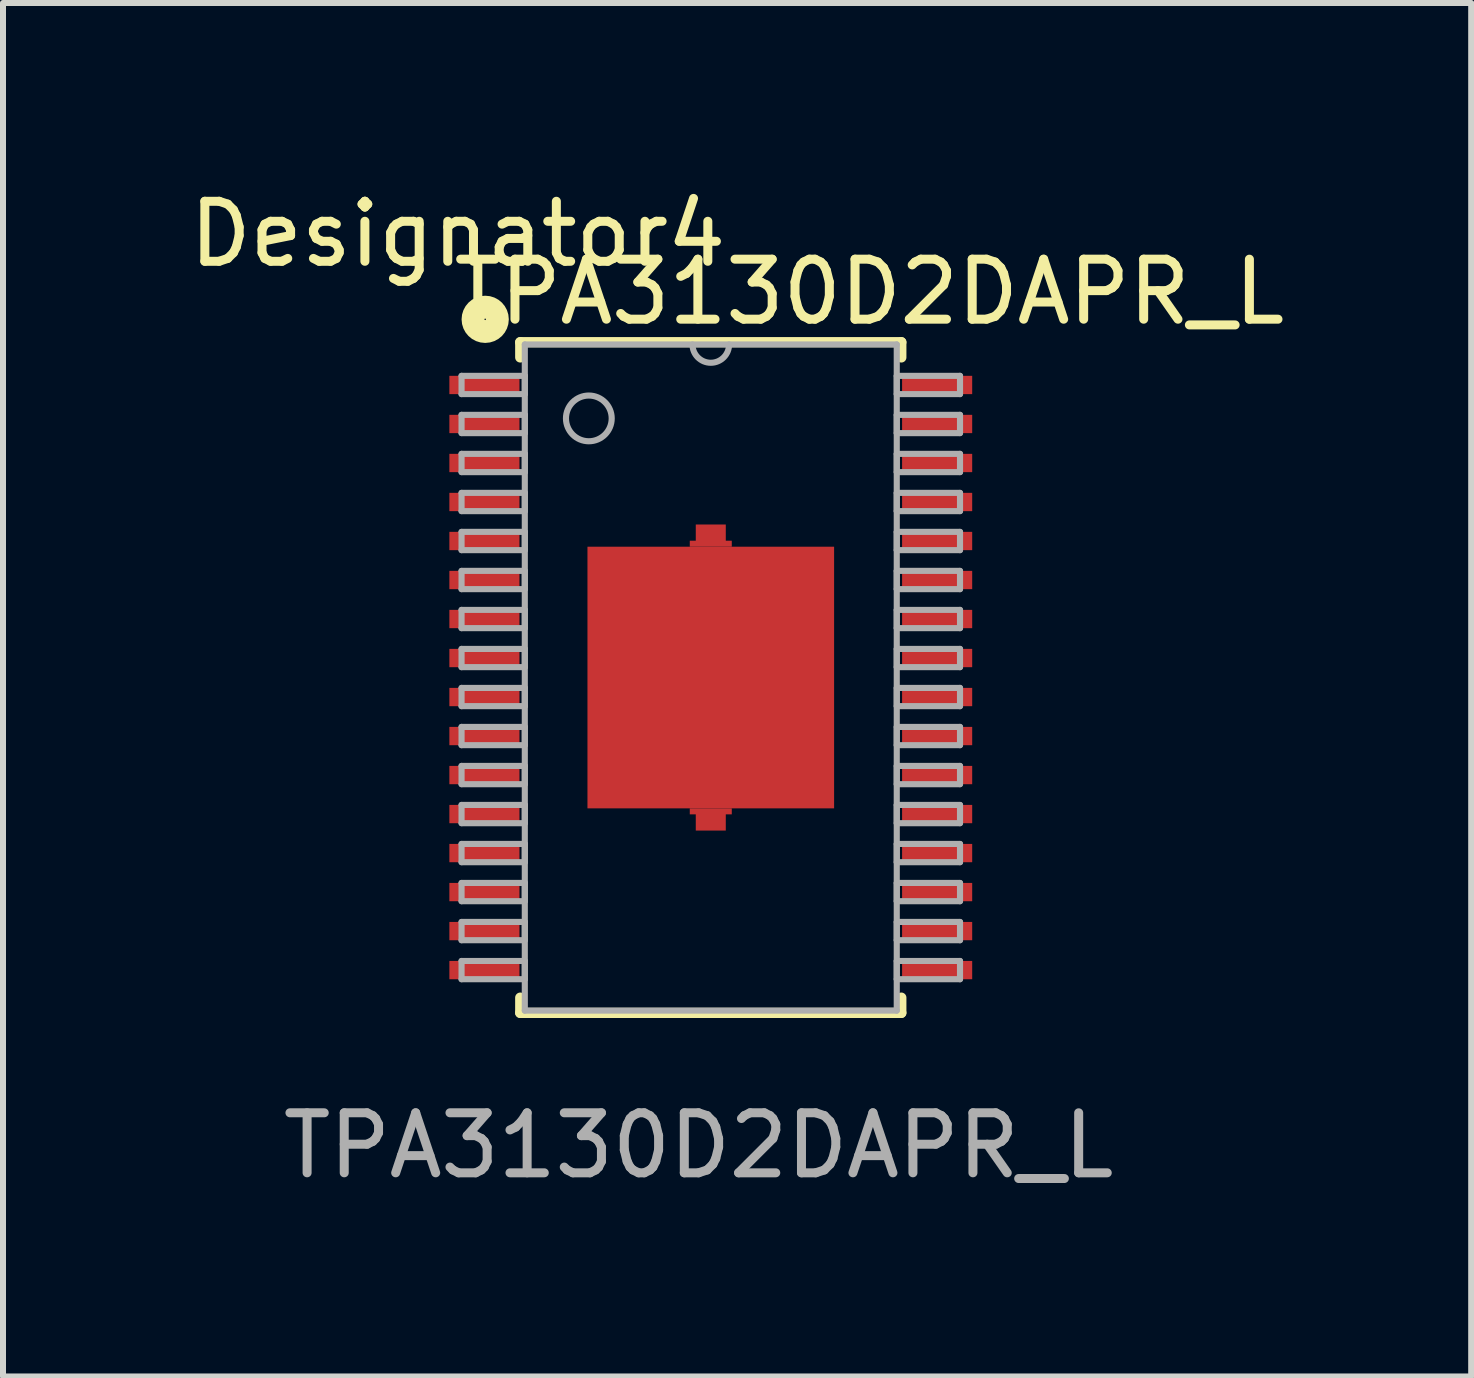
<source format=kicad_pcb>
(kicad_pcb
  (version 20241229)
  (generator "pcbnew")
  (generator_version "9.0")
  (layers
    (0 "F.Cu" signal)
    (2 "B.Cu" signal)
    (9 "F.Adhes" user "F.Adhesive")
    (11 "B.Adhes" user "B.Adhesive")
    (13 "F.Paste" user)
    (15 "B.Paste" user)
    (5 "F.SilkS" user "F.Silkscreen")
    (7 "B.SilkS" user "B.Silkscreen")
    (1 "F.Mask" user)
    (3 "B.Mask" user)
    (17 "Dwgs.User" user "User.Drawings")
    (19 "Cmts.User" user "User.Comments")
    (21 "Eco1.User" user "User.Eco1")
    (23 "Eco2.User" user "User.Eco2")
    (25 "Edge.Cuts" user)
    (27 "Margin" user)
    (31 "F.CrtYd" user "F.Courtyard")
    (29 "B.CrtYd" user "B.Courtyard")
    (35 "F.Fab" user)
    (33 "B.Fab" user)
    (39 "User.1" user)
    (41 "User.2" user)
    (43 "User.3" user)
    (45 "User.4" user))
  (footprint "TPA3130D2DAPR_L"
    (layer "F.Cu")
    (at 8.794 8.24)
    (property "Reference" "TPA3130D2DAPR_L" (at 2.642 -6.426 0) (unlocked yes) (layer "F.SilkS") (effects (font (size 1 1) (thickness 0.15))))
    (attr smd)
    (fp_poly (pts (xy 0.35 -2.18) (xy -0.35 -2.18) (xy -0.35 -2.28) (xy -0.25 -2.28) (xy -0.25 -2.55) (xy 0.25 -2.55) (xy 0.25 -2.28) (xy 0.35 -2.28)) (stroke (width 0) (type solid)) (fill yes) (layer "F.Cu"))
    (fp_poly (pts (xy 0.35 2.18) (xy -0.35 2.18) (xy -0.35 2.28) (xy -0.25 2.28) (xy -0.25 2.55) (xy 0.25 2.55) (xy 0.25 2.28) (xy 0.35 2.28)) (stroke (width 0) (type solid)) (fill yes) (layer "F.Cu"))
    (fp_line (start -3.175 -5.588) (end 3.175 -5.588) (stroke (width 0.17) (type solid)) (layer "F.SilkS"))
    (fp_line (start -3.175 -5.334) (end -3.175 -5.588) (stroke (width 0.17) (type solid)) (layer "F.SilkS"))
    (fp_line (start -3.175 5.588) (end -3.175 5.334) (stroke (width 0.17) (type solid)) (layer "F.SilkS"))
    (fp_line (start -3.175 5.588) (end 3.175 5.588) (stroke (width 0.17) (type solid)) (layer "F.SilkS"))
    (fp_line (start 3.175 -5.334) (end 3.175 -5.588) (stroke (width 0.17) (type solid)) (layer "F.SilkS"))
    (fp_line (start 3.175 5.588) (end 3.175 5.334) (stroke (width 0.17) (type solid)) (layer "F.SilkS"))
    (fp_circle (center -3.759 -5.969) (end -3.556 -5.969) (stroke (width 0.381) (type solid)) (fill no) (layer "F.SilkS"))
    (fp_line (start -4.153 -5.027) (end -3.099 -5.027) (stroke (width 0.102) (type solid)) (layer "F.Fab"))
    (fp_line (start -4.153 -4.723) (end -4.153 -5.027) (stroke (width 0.102) (type solid)) (layer "F.Fab"))
    (fp_line (start -4.153 -4.723) (end -3.099 -4.723) (stroke (width 0.102) (type solid)) (layer "F.Fab"))
    (fp_line (start -4.153 -4.377) (end -3.099 -4.377) (stroke (width 0.102) (type solid)) (layer "F.Fab"))
    (fp_line (start -4.153 -4.073) (end -4.153 -4.377) (stroke (width 0.102) (type solid)) (layer "F.Fab"))
    (fp_line (start -4.153 -4.073) (end -3.099 -4.073) (stroke (width 0.102) (type solid)) (layer "F.Fab"))
    (fp_line (start -4.153 -3.727) (end -3.099 -3.727) (stroke (width 0.102) (type solid)) (layer "F.Fab"))
    (fp_line (start -4.153 -3.423) (end -4.153 -3.727) (stroke (width 0.102) (type solid)) (layer "F.Fab"))
    (fp_line (start -4.153 -3.423) (end -3.099 -3.423) (stroke (width 0.102) (type solid)) (layer "F.Fab"))
    (fp_line (start -4.153 -3.077) (end -3.099 -3.077) (stroke (width 0.102) (type solid)) (layer "F.Fab"))
    (fp_line (start -4.153 -2.773) (end -4.153 -3.077) (stroke (width 0.102) (type solid)) (layer "F.Fab"))
    (fp_line (start -4.153 -2.773) (end -3.099 -2.773) (stroke (width 0.102) (type solid)) (layer "F.Fab"))
    (fp_line (start -4.153 -2.427) (end -3.099 -2.427) (stroke (width 0.102) (type solid)) (layer "F.Fab"))
    (fp_line (start -4.153 -2.123) (end -4.153 -2.427) (stroke (width 0.102) (type solid)) (layer "F.Fab"))
    (fp_line (start -4.153 -2.123) (end -3.099 -2.123) (stroke (width 0.102) (type solid)) (layer "F.Fab"))
    (fp_line (start -4.153 -1.777) (end -3.099 -1.777) (stroke (width 0.102) (type solid)) (layer "F.Fab"))
    (fp_line (start -4.153 -1.473) (end -4.153 -1.777) (stroke (width 0.102) (type solid)) (layer "F.Fab"))
    (fp_line (start -4.153 -1.473) (end -3.099 -1.473) (stroke (width 0.102) (type solid)) (layer "F.Fab"))
    (fp_line (start -4.153 -1.127) (end -3.099 -1.127) (stroke (width 0.102) (type solid)) (layer "F.Fab"))
    (fp_line (start -4.153 -0.823) (end -4.153 -1.127) (stroke (width 0.102) (type solid)) (layer "F.Fab"))
    (fp_line (start -4.153 -0.823) (end -3.099 -0.823) (stroke (width 0.102) (type solid)) (layer "F.Fab"))
    (fp_line (start -4.153 -0.477) (end -3.099 -0.477) (stroke (width 0.102) (type solid)) (layer "F.Fab"))
    (fp_line (start -4.153 -0.173) (end -4.153 -0.477) (stroke (width 0.102) (type solid)) (layer "F.Fab"))
    (fp_line (start -4.153 -0.173) (end -3.099 -0.173) (stroke (width 0.102) (type solid)) (layer "F.Fab"))
    (fp_line (start -4.153 0.173) (end -3.099 0.173) (stroke (width 0.102) (type solid)) (layer "F.Fab"))
    (fp_line (start -4.153 0.477) (end -4.153 0.173) (stroke (width 0.102) (type solid)) (layer "F.Fab"))
    (fp_line (start -4.153 0.477) (end -3.099 0.477) (stroke (width 0.102) (type solid)) (layer "F.Fab"))
    (fp_line (start -4.153 0.823) (end -3.099 0.823) (stroke (width 0.102) (type solid)) (layer "F.Fab"))
    (fp_line (start -4.153 1.127) (end -4.153 0.823) (stroke (width 0.102) (type solid)) (layer "F.Fab"))
    (fp_line (start -4.153 1.127) (end -3.099 1.127) (stroke (width 0.102) (type solid)) (layer "F.Fab"))
    (fp_line (start -4.153 1.473) (end -3.099 1.473) (stroke (width 0.102) (type solid)) (layer "F.Fab"))
    (fp_line (start -4.153 1.777) (end -4.153 1.473) (stroke (width 0.102) (type solid)) (layer "F.Fab"))
    (fp_line (start -4.153 1.777) (end -3.099 1.777) (stroke (width 0.102) (type solid)) (layer "F.Fab"))
    (fp_line (start -4.153 2.123) (end -3.099 2.123) (stroke (width 0.102) (type solid)) (layer "F.Fab"))
    (fp_line (start -4.153 2.427) (end -4.153 2.123) (stroke (width 0.102) (type solid)) (layer "F.Fab"))
    (fp_line (start -4.153 2.427) (end -3.099 2.427) (stroke (width 0.102) (type solid)) (layer "F.Fab"))
    (fp_line (start -4.153 2.773) (end -3.099 2.773) (stroke (width 0.102) (type solid)) (layer "F.Fab"))
    (fp_line (start -4.153 3.077) (end -4.153 2.773) (stroke (width 0.102) (type solid)) (layer "F.Fab"))
    (fp_line (start -4.153 3.077) (end -3.099 3.077) (stroke (width 0.102) (type solid)) (layer "F.Fab"))
    (fp_line (start -4.153 3.423) (end -3.099 3.423) (stroke (width 0.102) (type solid)) (layer "F.Fab"))
    (fp_line (start -4.153 3.727) (end -4.153 3.423) (stroke (width 0.102) (type solid)) (layer "F.Fab"))
    (fp_line (start -4.153 3.727) (end -3.099 3.727) (stroke (width 0.102) (type solid)) (layer "F.Fab"))
    (fp_line (start -4.153 4.073) (end -3.099 4.073) (stroke (width 0.102) (type solid)) (layer "F.Fab"))
    (fp_line (start -4.153 4.377) (end -4.153 4.073) (stroke (width 0.102) (type solid)) (layer "F.Fab"))
    (fp_line (start -4.153 4.377) (end -3.099 4.377) (stroke (width 0.102) (type solid)) (layer "F.Fab"))
    (fp_line (start -4.153 4.723) (end -3.099 4.723) (stroke (width 0.102) (type solid)) (layer "F.Fab"))
    (fp_line (start -4.153 5.027) (end -4.153 4.723) (stroke (width 0.102) (type solid)) (layer "F.Fab"))
    (fp_line (start -4.153 5.027) (end -3.099 5.027) (stroke (width 0.102) (type solid)) (layer "F.Fab"))
    (fp_line (start -3.099 -5.55) (end 3.099 -5.55) (stroke (width 0.102) (type solid)) (layer "F.Fab"))
    (fp_line (start -3.099 -4.723) (end -3.099 -5.027) (stroke (width 0.102) (type solid)) (layer "F.Fab"))
    (fp_line (start -3.099 -4.073) (end -3.099 -4.377) (stroke (width 0.102) (type solid)) (layer "F.Fab"))
    (fp_line (start -3.099 -3.423) (end -3.099 -3.727) (stroke (width 0.102) (type solid)) (layer "F.Fab"))
    (fp_line (start -3.099 -2.773) (end -3.099 -3.077) (stroke (width 0.102) (type solid)) (layer "F.Fab"))
    (fp_line (start -3.099 -2.123) (end -3.099 -2.427) (stroke (width 0.102) (type solid)) (layer "F.Fab"))
    (fp_line (start -3.099 -1.473) (end -3.099 -1.777) (stroke (width 0.102) (type solid)) (layer "F.Fab"))
    (fp_line (start -3.099 -0.823) (end -3.099 -1.127) (stroke (width 0.102) (type solid)) (layer "F.Fab"))
    (fp_line (start -3.099 -0.173) (end -3.099 -0.477) (stroke (width 0.102) (type solid)) (layer "F.Fab"))
    (fp_line (start -3.099 0.477) (end -3.099 0.173) (stroke (width 0.102) (type solid)) (layer "F.Fab"))
    (fp_line (start -3.099 1.127) (end -3.099 0.823) (stroke (width 0.102) (type solid)) (layer "F.Fab"))
    (fp_line (start -3.099 1.777) (end -3.099 1.473) (stroke (width 0.102) (type solid)) (layer "F.Fab"))
    (fp_line (start -3.099 2.427) (end -3.099 2.123) (stroke (width 0.102) (type solid)) (layer "F.Fab"))
    (fp_line (start -3.099 3.077) (end -3.099 2.773) (stroke (width 0.102) (type solid)) (layer "F.Fab"))
    (fp_line (start -3.099 3.727) (end -3.099 3.423) (stroke (width 0.102) (type solid)) (layer "F.Fab"))
    (fp_line (start -3.099 4.377) (end -3.099 4.073) (stroke (width 0.102) (type solid)) (layer "F.Fab"))
    (fp_line (start -3.099 5.027) (end -3.099 4.723) (stroke (width 0.102) (type solid)) (layer "F.Fab"))
    (fp_line (start -3.099 5.55) (end -3.099 -5.55) (stroke (width 0.102) (type solid)) (layer "F.Fab"))
    (fp_line (start -3.099 5.55) (end 3.099 5.55) (stroke (width 0.102) (type solid)) (layer "F.Fab"))
    (fp_line (start 3.099 -5.027) (end 4.153 -5.027) (stroke (width 0.102) (type solid)) (layer "F.Fab"))
    (fp_line (start 3.099 -4.723) (end 3.099 -5.027) (stroke (width 0.102) (type solid)) (layer "F.Fab"))
    (fp_line (start 3.099 -4.723) (end 4.153 -4.723) (stroke (width 0.102) (type solid)) (layer "F.Fab"))
    (fp_line (start 3.099 -4.377) (end 4.153 -4.377) (stroke (width 0.102) (type solid)) (layer "F.Fab"))
    (fp_line (start 3.099 -4.073) (end 3.099 -4.377) (stroke (width 0.102) (type solid)) (layer "F.Fab"))
    (fp_line (start 3.099 -4.073) (end 4.153 -4.073) (stroke (width 0.102) (type solid)) (layer "F.Fab"))
    (fp_line (start 3.099 -3.727) (end 4.153 -3.727) (stroke (width 0.102) (type solid)) (layer "F.Fab"))
    (fp_line (start 3.099 -3.423) (end 3.099 -3.727) (stroke (width 0.102) (type solid)) (layer "F.Fab"))
    (fp_line (start 3.099 -3.423) (end 4.153 -3.423) (stroke (width 0.102) (type solid)) (layer "F.Fab"))
    (fp_line (start 3.099 -3.077) (end 4.153 -3.077) (stroke (width 0.102) (type solid)) (layer "F.Fab"))
    (fp_line (start 3.099 -2.773) (end 3.099 -3.077) (stroke (width 0.102) (type solid)) (layer "F.Fab"))
    (fp_line (start 3.099 -2.773) (end 4.153 -2.773) (stroke (width 0.102) (type solid)) (layer "F.Fab"))
    (fp_line (start 3.099 -2.427) (end 4.153 -2.427) (stroke (width 0.102) (type solid)) (layer "F.Fab"))
    (fp_line (start 3.099 -2.123) (end 3.099 -2.427) (stroke (width 0.102) (type solid)) (layer "F.Fab"))
    (fp_line (start 3.099 -2.123) (end 4.153 -2.123) (stroke (width 0.102) (type solid)) (layer "F.Fab"))
    (fp_line (start 3.099 -1.777) (end 4.153 -1.777) (stroke (width 0.102) (type solid)) (layer "F.Fab"))
    (fp_line (start 3.099 -1.473) (end 3.099 -1.777) (stroke (width 0.102) (type solid)) (layer "F.Fab"))
    (fp_line (start 3.099 -1.473) (end 4.153 -1.473) (stroke (width 0.102) (type solid)) (layer "F.Fab"))
    (fp_line (start 3.099 -1.127) (end 4.153 -1.127) (stroke (width 0.102) (type solid)) (layer "F.Fab"))
    (fp_line (start 3.099 -0.823) (end 3.099 -1.127) (stroke (width 0.102) (type solid)) (layer "F.Fab"))
    (fp_line (start 3.099 -0.823) (end 4.153 -0.823) (stroke (width 0.102) (type solid)) (layer "F.Fab"))
    (fp_line (start 3.099 -0.477) (end 4.153 -0.477) (stroke (width 0.102) (type solid)) (layer "F.Fab"))
    (fp_line (start 3.099 -0.173) (end 3.099 -0.477) (stroke (width 0.102) (type solid)) (layer "F.Fab"))
    (fp_line (start 3.099 -0.173) (end 4.153 -0.173) (stroke (width 0.102) (type solid)) (layer "F.Fab"))
    (fp_line (start 3.099 0.173) (end 4.153 0.173) (stroke (width 0.102) (type solid)) (layer "F.Fab"))
    (fp_line (start 3.099 0.477) (end 3.099 0.173) (stroke (width 0.102) (type solid)) (layer "F.Fab"))
    (fp_line (start 3.099 0.477) (end 4.153 0.477) (stroke (width 0.102) (type solid)) (layer "F.Fab"))
    (fp_line (start 3.099 0.823) (end 4.153 0.823) (stroke (width 0.102) (type solid)) (layer "F.Fab"))
    (fp_line (start 3.099 1.127) (end 3.099 0.823) (stroke (width 0.102) (type solid)) (layer "F.Fab"))
    (fp_line (start 3.099 1.127) (end 4.153 1.127) (stroke (width 0.102) (type solid)) (layer "F.Fab"))
    (fp_line (start 3.099 1.473) (end 4.153 1.473) (stroke (width 0.102) (type solid)) (layer "F.Fab"))
    (fp_line (start 3.099 1.777) (end 3.099 1.473) (stroke (width 0.102) (type solid)) (layer "F.Fab"))
    (fp_line (start 3.099 1.777) (end 4.153 1.777) (stroke (width 0.102) (type solid)) (layer "F.Fab"))
    (fp_line (start 3.099 2.123) (end 4.153 2.123) (stroke (width 0.102) (type solid)) (layer "F.Fab"))
    (fp_line (start 3.099 2.427) (end 3.099 2.123) (stroke (width 0.102) (type solid)) (layer "F.Fab"))
    (fp_line (start 3.099 2.427) (end 4.153 2.427) (stroke (width 0.102) (type solid)) (layer "F.Fab"))
    (fp_line (start 3.099 2.773) (end 4.153 2.773) (stroke (width 0.102) (type solid)) (layer "F.Fab"))
    (fp_line (start 3.099 3.077) (end 3.099 2.773) (stroke (width 0.102) (type solid)) (layer "F.Fab"))
    (fp_line (start 3.099 3.077) (end 4.153 3.077) (stroke (width 0.102) (type solid)) (layer "F.Fab"))
    (fp_line (start 3.099 3.423) (end 4.153 3.423) (stroke (width 0.102) (type solid)) (layer "F.Fab"))
    (fp_line (start 3.099 3.727) (end 3.099 3.423) (stroke (width 0.102) (type solid)) (layer "F.Fab"))
    (fp_line (start 3.099 3.727) (end 4.153 3.727) (stroke (width 0.102) (type solid)) (layer "F.Fab"))
    (fp_line (start 3.099 4.073) (end 4.153 4.073) (stroke (width 0.102) (type solid)) (layer "F.Fab"))
    (fp_line (start 3.099 4.377) (end 3.099 4.073) (stroke (width 0.102) (type solid)) (layer "F.Fab"))
    (fp_line (start 3.099 4.377) (end 4.153 4.377) (stroke (width 0.102) (type solid)) (layer "F.Fab"))
    (fp_line (start 3.099 4.723) (end 4.153 4.723) (stroke (width 0.102) (type solid)) (layer "F.Fab"))
    (fp_line (start 3.099 5.027) (end 3.099 4.723) (stroke (width 0.102) (type solid)) (layer "F.Fab"))
    (fp_line (start 3.099 5.027) (end 4.153 5.027) (stroke (width 0.102) (type solid)) (layer "F.Fab"))
    (fp_line (start 3.099 5.55) (end 3.099 -5.55) (stroke (width 0.102) (type solid)) (layer "F.Fab"))
    (fp_line (start 4.153 -4.723) (end 4.153 -5.027) (stroke (width 0.102) (type solid)) (layer "F.Fab"))
    (fp_line (start 4.153 -4.073) (end 4.153 -4.377) (stroke (width 0.102) (type solid)) (layer "F.Fab"))
    (fp_line (start 4.153 -3.423) (end 4.153 -3.727) (stroke (width 0.102) (type solid)) (layer "F.Fab"))
    (fp_line (start 4.153 -2.773) (end 4.153 -3.077) (stroke (width 0.102) (type solid)) (layer "F.Fab"))
    (fp_line (start 4.153 -2.123) (end 4.153 -2.427) (stroke (width 0.102) (type solid)) (layer "F.Fab"))
    (fp_line (start 4.153 -1.473) (end 4.153 -1.777) (stroke (width 0.102) (type solid)) (layer "F.Fab"))
    (fp_line (start 4.153 -0.823) (end 4.153 -1.127) (stroke (width 0.102) (type solid)) (layer "F.Fab"))
    (fp_line (start 4.153 -0.173) (end 4.153 -0.477) (stroke (width 0.102) (type solid)) (layer "F.Fab"))
    (fp_line (start 4.153 0.477) (end 4.153 0.173) (stroke (width 0.102) (type solid)) (layer "F.Fab"))
    (fp_line (start 4.153 1.127) (end 4.153 0.823) (stroke (width 0.102) (type solid)) (layer "F.Fab"))
    (fp_line (start 4.153 1.777) (end 4.153 1.473) (stroke (width 0.102) (type solid)) (layer "F.Fab"))
    (fp_line (start 4.153 2.427) (end 4.153 2.123) (stroke (width 0.102) (type solid)) (layer "F.Fab"))
    (fp_line (start 4.153 3.077) (end 4.153 2.773) (stroke (width 0.102) (type solid)) (layer "F.Fab"))
    (fp_line (start 4.153 3.727) (end 4.153 3.423) (stroke (width 0.102) (type solid)) (layer "F.Fab"))
    (fp_line (start 4.153 4.377) (end 4.153 4.073) (stroke (width 0.102) (type solid)) (layer "F.Fab"))
    (fp_line (start 4.153 5.027) (end 4.153 4.723) (stroke (width 0.102) (type solid)) (layer "F.Fab"))
    (fp_arc (start 0.3048 -5.5499) (mid 0 -5.2451) (end -0.3048 -5.5499) (stroke (width 0.1016) (type solid)) (layer "F.Fab"))
    (fp_circle (center -2.032 -4.318) (end -1.651 -4.318) (stroke (width 0.102) (type solid)) (fill no) (layer "F.Fab"))
    (fp_text user "Designator4" (at -4.216 -7.391 0) (unlocked yes) (layer "F.SilkS") (effects (font (size 1 1) (thickness 0.15))))
    (fp_text user "${REFERENCE}" (at -0.203 7.798 0) (unlocked yes) (layer "F.Fab") (effects (font (size 1 1) (thickness 0.15))))
    (pad "1" smd rect (at -3.772 -4.875) (size 1.168 0.305) (layers "F.Cu" "F.Mask" "F.Paste"))
    (pad "2" smd rect (at -3.772 -4.225) (size 1.168 0.305) (layers "F.Cu" "F.Mask" "F.Paste"))
    (pad "3" smd rect (at -3.772 -3.575) (size 1.168 0.305) (layers "F.Cu" "F.Mask" "F.Paste"))
    (pad "4" smd rect (at -3.772 -2.925) (size 1.168 0.305) (layers "F.Cu" "F.Mask" "F.Paste"))
    (pad "5" smd rect (at -3.772 -2.275) (size 1.168 0.305) (layers "F.Cu" "F.Mask" "F.Paste"))
    (pad "6" smd rect (at -3.772 -1.625) (size 1.168 0.305) (layers "F.Cu" "F.Mask" "F.Paste"))
    (pad "7" smd rect (at -3.772 -0.975) (size 1.168 0.305) (layers "F.Cu" "F.Mask" "F.Paste"))
    (pad "8" smd rect (at -3.772 -0.325) (size 1.168 0.305) (layers "F.Cu" "F.Mask" "F.Paste"))
    (pad "9" smd rect (at -3.772 0.325) (size 1.168 0.305) (layers "F.Cu" "F.Mask" "F.Paste"))
    (pad "10" smd rect (at -3.772 0.975) (size 1.168 0.305) (layers "F.Cu" "F.Mask" "F.Paste"))
    (pad "11" smd rect (at -3.772 1.625) (size 1.168 0.305) (layers "F.Cu" "F.Mask" "F.Paste"))
    (pad "12" smd rect (at -3.772 2.275) (size 1.168 0.305) (layers "F.Cu" "F.Mask" "F.Paste"))
    (pad "13" smd rect (at -3.772 2.925) (size 1.168 0.305) (layers "F.Cu" "F.Mask" "F.Paste"))
    (pad "14" smd rect (at -3.772 3.575) (size 1.168 0.305) (layers "F.Cu" "F.Mask" "F.Paste"))
    (pad "15" smd rect (at -3.772 4.225) (size 1.168 0.305) (layers "F.Cu" "F.Mask" "F.Paste"))
    (pad "16" smd rect (at -3.772 4.875) (size 1.168 0.305) (layers "F.Cu" "F.Mask" "F.Paste"))
    (pad "17" smd rect (at 3.772 4.875) (size 1.168 0.305) (layers "F.Cu" "F.Mask" "F.Paste"))
    (pad "18" smd rect (at 3.772 4.225) (size 1.168 0.305) (layers "F.Cu" "F.Mask" "F.Paste"))
    (pad "19" smd rect (at 3.772 3.575) (size 1.168 0.305) (layers "F.Cu" "F.Mask" "F.Paste"))
    (pad "20" smd rect (at 3.772 2.925) (size 1.168 0.305) (layers "F.Cu" "F.Mask" "F.Paste"))
    (pad "21" smd rect (at 3.772 2.275) (size 1.168 0.305) (layers "F.Cu" "F.Mask" "F.Paste"))
    (pad "22" smd rect (at 3.772 1.625) (size 1.168 0.305) (layers "F.Cu" "F.Mask" "F.Paste"))
    (pad "23" smd rect (at 3.772 0.975) (size 1.168 0.305) (layers "F.Cu" "F.Mask" "F.Paste"))
    (pad "24" smd rect (at 3.772 0.325) (size 1.168 0.305) (layers "F.Cu" "F.Mask" "F.Paste"))
    (pad "25" smd rect (at 3.772 -0.325) (size 1.168 0.305) (layers "F.Cu" "F.Mask" "F.Paste"))
    (pad "26" smd rect (at 3.772 -0.975) (size 1.168 0.305) (layers "F.Cu" "F.Mask" "F.Paste"))
    (pad "27" smd rect (at 3.772 -1.625) (size 1.168 0.305) (layers "F.Cu" "F.Mask" "F.Paste"))
    (pad "28" smd rect (at 3.772 -2.275) (size 1.168 0.305) (layers "F.Cu" "F.Mask" "F.Paste"))
    (pad "29" smd rect (at 3.772 -2.925) (size 1.168 0.305) (layers "F.Cu" "F.Mask" "F.Paste"))
    (pad "30" smd rect (at 3.772 -3.575) (size 1.168 0.305) (layers "F.Cu" "F.Mask" "F.Paste"))
    (pad "31" smd rect (at 3.772 -4.225) (size 1.168 0.305) (layers "F.Cu" "F.Mask" "F.Paste"))
    (pad "32" smd rect (at 3.772 -4.875) (size 1.168 0.305) (layers "F.Cu" "F.Mask" "F.Paste"))
    (pad "33" smd rect (at 0 0) (size 4.11 4.36) (layers "F.Cu" "F.Mask" "F.Paste")))
  (gr_rect
    (start -3 -3)
    (end 21.465 19.886)
    (stroke (width 0.1) (type default))
    (fill no)
    (layer "Edge.Cuts")))
</source>
